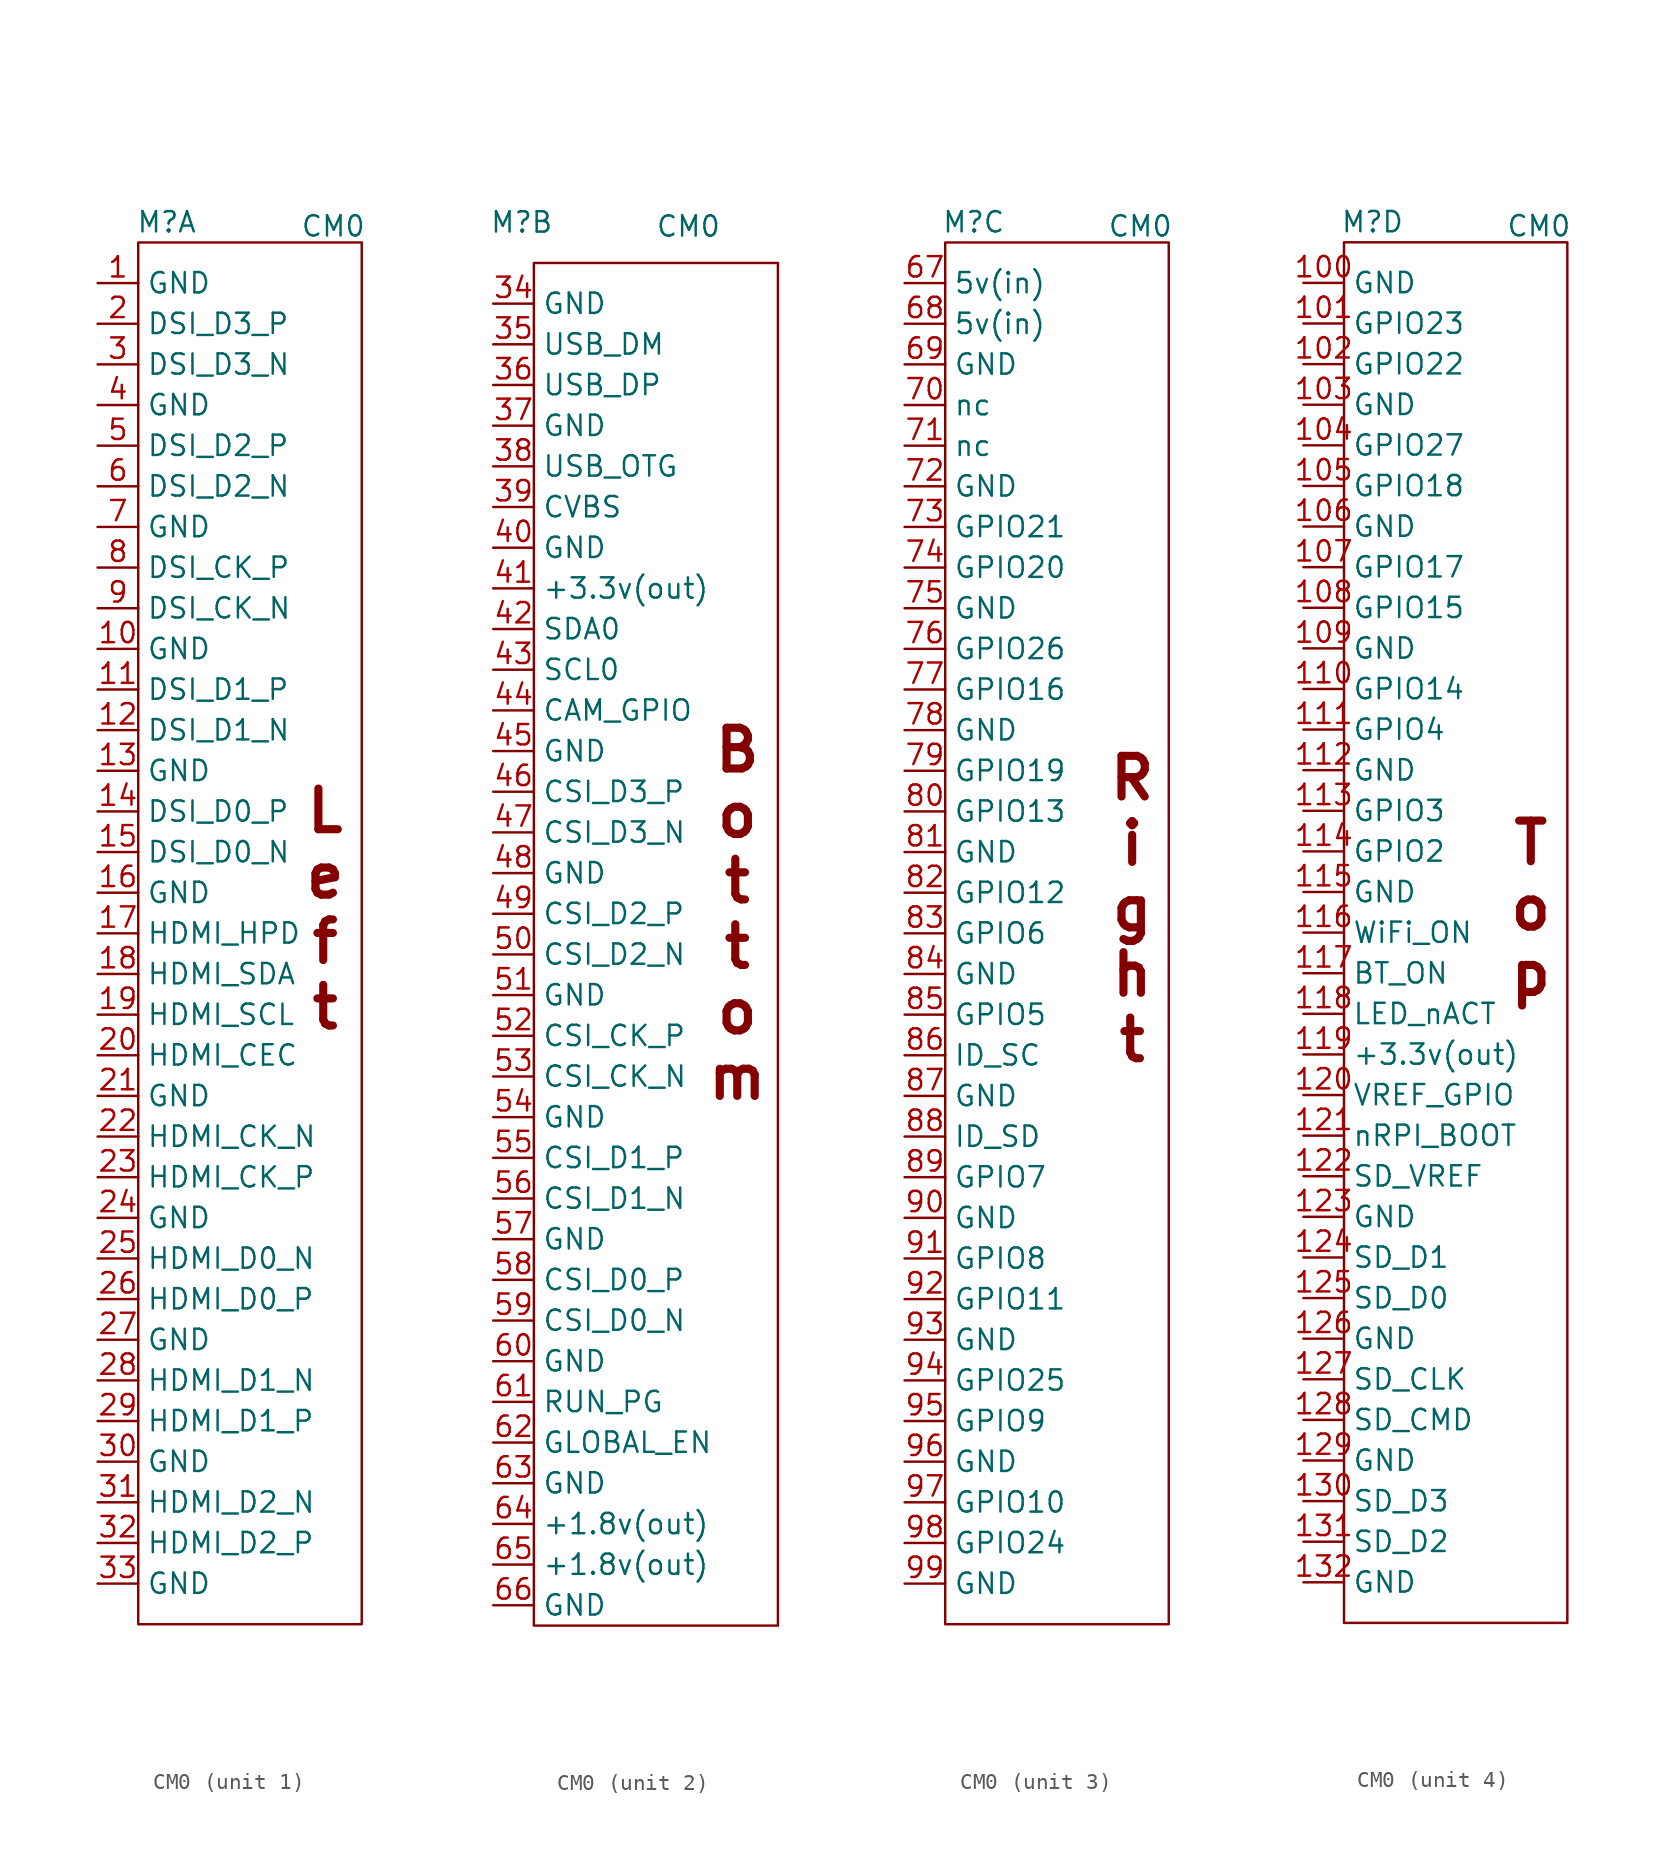
<source format=kicad_sym>
(kicad_symbol_lib
  (version 20241209)
  (generator "kicad_symbol_editor")
  (generator_version "9.0")
  (symbol "CM0"
    (property "Reference" "M"
      (at -7.112 43.18 0)
      (effects (font (size 1.27 1.27))))
    (property "Value" "CM0"
      (at 3.302 42.926 0)
      (effects (font (size 1.27 1.27))))
    (property "ki_locked" ""
      (at 0 0 0)
      (effects (font (size 1.27 1.27))))
    (symbol "CM0_1_0"
      (pin power_in line (at -11.43 -41.91 0) (length 2.54) (name "GND" (effects (font (size 1.27 1.27)))) (number "33" (effects (font (size 1.27 1.27))))))
    (symbol "CM0_1_1"
      (rectangle (start -8.89 41.91) (end 5.08 -44.45) (stroke (width 0) (type default)) (fill (type none)))
      (text "L\ne\nf\nt" (at 2.794 0.254 0) (effects (font (size 2.54 2.54) (thickness 0.508) (bold yes))))
      (pin power_in line (at -11.43 39.37 0) (length 2.54) (name "GND" (effects (font (size 1.27 1.27)))) (number "1" (effects (font (size 1.27 1.27)))))
      (pin output line (at -11.43 36.83 0) (length 2.54) (name "DSI_D3_P" (effects (font (size 1.27 1.27)))) (number "2" (effects (font (size 1.27 1.27)))))
      (pin output line (at -11.43 34.29 0) (length 2.54) (name "DSI_D3_N" (effects (font (size 1.27 1.27)))) (number "3" (effects (font (size 1.27 1.27)))))
      (pin power_in line (at -11.43 31.75 0) (length 2.54) (name "GND" (effects (font (size 1.27 1.27)))) (number "4" (effects (font (size 1.27 1.27)))))
      (pin output line (at -11.43 29.21 0) (length 2.54) (name "DSI_D2_P" (effects (font (size 1.27 1.27)))) (number "5" (effects (font (size 1.27 1.27)))))
      (pin output line (at -11.43 26.67 0) (length 2.54) (name "DSI_D2_N" (effects (font (size 1.27 1.27)))) (number "6" (effects (font (size 1.27 1.27)))))
      (pin power_in line (at -11.43 24.13 0) (length 2.54) (name "GND" (effects (font (size 1.27 1.27)))) (number "7" (effects (font (size 1.27 1.27)))))
      (pin output line (at -11.43 21.59 0) (length 2.54) (name "DSI_CK_P" (effects (font (size 1.27 1.27)))) (number "8" (effects (font (size 1.27 1.27)))))
      (pin output line (at -11.43 19.05 0) (length 2.54) (name "DSI_CK_N" (effects (font (size 1.27 1.27)))) (number "9" (effects (font (size 1.27 1.27)))))
      (pin power_in line (at -11.43 16.51 0) (length 2.54) (name "GND" (effects (font (size 1.27 1.27)))) (number "10" (effects (font (size 1.27 1.27)))))
      (pin output line (at -11.43 13.97 0) (length 2.54) (name "DSI_D1_P" (effects (font (size 1.27 1.27)))) (number "11" (effects (font (size 1.27 1.27)))))
      (pin output line (at -11.43 11.43 0) (length 2.54) (name "DSI_D1_N" (effects (font (size 1.27 1.27)))) (number "12" (effects (font (size 1.27 1.27)))))
      (pin power_in line (at -11.43 8.89 0) (length 2.54) (name "GND" (effects (font (size 1.27 1.27)))) (number "13" (effects (font (size 1.27 1.27)))))
      (pin output line (at -11.43 6.35 0) (length 2.54) (name "DSI_D0_P" (effects (font (size 1.27 1.27)))) (number "14" (effects (font (size 1.27 1.27)))))
      (pin output line (at -11.43 3.81 0) (length 2.54) (name "DSI_D0_N" (effects (font (size 1.27 1.27)))) (number "15" (effects (font (size 1.27 1.27)))))
      (pin power_in line (at -11.43 1.27 0) (length 2.54) (name "GND" (effects (font (size 1.27 1.27)))) (number "16" (effects (font (size 1.27 1.27)))))
      (pin input line (at -11.43 -1.27 0) (length 2.54) (name "HDMI_HPD" (effects (font (size 1.27 1.27)))) (number "17" (effects (font (size 1.27 1.27)))))
      (pin bidirectional line (at -11.43 -3.81 0) (length 2.54) (name "HDMI_SDA" (effects (font (size 1.27 1.27)))) (number "18" (effects (font (size 1.27 1.27)))))
      (pin bidirectional line (at -11.43 -6.35 0) (length 2.54) (name "HDMI_SCL" (effects (font (size 1.27 1.27)))) (number "19" (effects (font (size 1.27 1.27)))))
      (pin output line (at -11.43 -8.89 0) (length 2.54) (name "HDMI_CEC" (effects (font (size 1.27 1.27)))) (number "20" (effects (font (size 1.27 1.27)))))
      (pin power_in line (at -11.43 -11.43 0) (length 2.54) (name "GND" (effects (font (size 1.27 1.27)))) (number "21" (effects (font (size 1.27 1.27)))))
      (pin output line (at -11.43 -13.97 0) (length 2.54) (name "HDMI_CK_N" (effects (font (size 1.27 1.27)))) (number "22" (effects (font (size 1.27 1.27)))))
      (pin output line (at -11.43 -16.51 0) (length 2.54) (name "HDMI_CK_P" (effects (font (size 1.27 1.27)))) (number "23" (effects (font (size 1.27 1.27)))))
      (pin power_in line (at -11.43 -19.05 0) (length 2.54) (name "GND" (effects (font (size 1.27 1.27)))) (number "24" (effects (font (size 1.27 1.27)))))
      (pin output line (at -11.43 -21.59 0) (length 2.54) (name "HDMI_D0_N" (effects (font (size 1.27 1.27)))) (number "25" (effects (font (size 1.27 1.27)))))
      (pin output line (at -11.43 -24.13 0) (length 2.54) (name "HDMI_D0_P" (effects (font (size 1.27 1.27)))) (number "26" (effects (font (size 1.27 1.27)))))
      (pin power_in line (at -11.43 -26.67 0) (length 2.54) (name "GND" (effects (font (size 1.27 1.27)))) (number "27" (effects (font (size 1.27 1.27)))))
      (pin output line (at -11.43 -29.21 0) (length 2.54) (name "HDMI_D1_N" (effects (font (size 1.27 1.27)))) (number "28" (effects (font (size 1.27 1.27)))))
      (pin output line (at -11.43 -31.75 0) (length 2.54) (name "HDMI_D1_P" (effects (font (size 1.27 1.27)))) (number "29" (effects (font (size 1.27 1.27)))))
      (pin power_in line (at -11.43 -34.29 0) (length 2.54) (name "GND" (effects (font (size 1.27 1.27)))) (number "30" (effects (font (size 1.27 1.27)))))
      (pin output line (at -11.43 -36.83 0) (length 2.54) (name "HDMI_D2_N" (effects (font (size 1.27 1.27)))) (number "31" (effects (font (size 1.27 1.27)))))
      (pin output line (at -11.43 -39.37 0) (length 2.54) (name "HDMI_D2_P" (effects (font (size 1.27 1.27)))) (number "32" (effects (font (size 1.27 1.27))))))
    (symbol "CM0_2_0"
      (pin power_in line (at -8.89 38.1 0) (length 2.54) (name "GND" (effects (font (size 1.27 1.27)))) (number "34" (effects (font (size 1.27 1.27)))))
      (pin bidirectional line (at -8.89 35.56 0) (length 2.54) (name "USB_DM" (effects (font (size 1.27 1.27)))) (number "35" (effects (font (size 1.27 1.27)))))
      (pin bidirectional line (at -8.89 33.02 0) (length 2.54) (name "USB_DP" (effects (font (size 1.27 1.27)))) (number "36" (effects (font (size 1.27 1.27)))))
      (pin power_in line (at -8.89 30.48 0) (length 2.54) (name "GND" (effects (font (size 1.27 1.27)))) (number "37" (effects (font (size 1.27 1.27)))))
      (pin input line (at -8.89 27.94 0) (length 2.54) (name "USB_OTG" (effects (font (size 1.27 1.27)))) (number "38" (effects (font (size 1.27 1.27)))))
      (pin output line (at -8.89 25.4 0) (length 2.54) (name "CVBS" (effects (font (size 1.27 1.27)))) (number "39" (effects (font (size 1.27 1.27)))))
      (pin power_in line (at -8.89 22.86 0) (length 2.54) (name "GND" (effects (font (size 1.27 1.27)))) (number "40" (effects (font (size 1.27 1.27)))))
      (pin power_out line (at -8.89 20.32 0) (length 2.54) (name "+3.3v(out)" (effects (font (size 1.27 1.27)))) (number "41" (effects (font (size 1.27 1.27)))))
      (pin bidirectional line (at -8.89 17.78 0) (length 2.54) (name "SDA0" (effects (font (size 1.27 1.27)))) (number "42" (effects (font (size 1.27 1.27)))))
      (pin bidirectional line (at -8.89 15.24 0) (length 2.54) (name "SCL0" (effects (font (size 1.27 1.27)))) (number "43" (effects (font (size 1.27 1.27)))))
      (pin bidirectional line (at -8.89 12.7 0) (length 2.54) (name "CAM_GPIO" (effects (font (size 1.27 1.27)))) (number "44" (effects (font (size 1.27 1.27)))))
      (pin power_in line (at -8.89 10.16 0) (length 2.54) (name "GND" (effects (font (size 1.27 1.27)))) (number "45" (effects (font (size 1.27 1.27)))))
      (pin output line (at -8.89 7.62 0) (length 2.54) (name "CSI_D3_P" (effects (font (size 1.27 1.27)))) (number "46" (effects (font (size 1.27 1.27)))))
      (pin output line (at -8.89 5.08 0) (length 2.54) (name "CSI_D3_N" (effects (font (size 1.27 1.27)))) (number "47" (effects (font (size 1.27 1.27)))))
      (pin power_in line (at -8.89 2.54 0) (length 2.54) (name "GND" (effects (font (size 1.27 1.27)))) (number "48" (effects (font (size 1.27 1.27)))))
      (pin output line (at -8.89 0 0) (length 2.54) (name "CSI_D2_P" (effects (font (size 1.27 1.27)))) (number "49" (effects (font (size 1.27 1.27)))))
      (pin output line (at -8.89 -2.54 0) (length 2.54) (name "CSI_D2_N" (effects (font (size 1.27 1.27)))) (number "50" (effects (font (size 1.27 1.27)))))
      (pin power_in line (at -8.89 -5.08 0) (length 2.54) (name "GND" (effects (font (size 1.27 1.27)))) (number "51" (effects (font (size 1.27 1.27)))))
      (pin output line (at -8.89 -7.62 0) (length 2.54) (name "CSI_CK_P" (effects (font (size 1.27 1.27)))) (number "52" (effects (font (size 1.27 1.27)))))
      (pin output line (at -8.89 -10.16 0) (length 2.54) (name "CSI_CK_N" (effects (font (size 1.27 1.27)))) (number "53" (effects (font (size 1.27 1.27)))))
      (pin power_in line (at -8.89 -12.7 0) (length 2.54) (name "GND" (effects (font (size 1.27 1.27)))) (number "54" (effects (font (size 1.27 1.27)))))
      (pin output line (at -8.89 -15.24 0) (length 2.54) (name "CSI_D1_P" (effects (font (size 1.27 1.27)))) (number "55" (effects (font (size 1.27 1.27)))))
      (pin output line (at -8.89 -17.78 0) (length 2.54) (name "CSI_D1_N" (effects (font (size 1.27 1.27)))) (number "56" (effects (font (size 1.27 1.27)))))
      (pin power_in line (at -8.89 -20.32 0) (length 2.54) (name "GND" (effects (font (size 1.27 1.27)))) (number "57" (effects (font (size 1.27 1.27)))))
      (pin output line (at -8.89 -22.86 0) (length 2.54) (name "CSI_D0_P" (effects (font (size 1.27 1.27)))) (number "58" (effects (font (size 1.27 1.27)))))
      (pin output line (at -8.89 -25.4 0) (length 2.54) (name "CSI_D0_N" (effects (font (size 1.27 1.27)))) (number "59" (effects (font (size 1.27 1.27)))))
      (pin power_in line (at -8.89 -27.94 0) (length 2.54) (name "GND" (effects (font (size 1.27 1.27)))) (number "60" (effects (font (size 1.27 1.27)))))
      (pin bidirectional line (at -8.89 -30.48 0) (length 2.54) (name "RUN_PG" (effects (font (size 1.27 1.27)))) (number "61" (effects (font (size 1.27 1.27)))))
      (pin passive line (at -8.89 -33.02 0) (length 2.54) (name "GLOBAL_EN" (effects (font (size 1.27 1.27)))) (number "62" (effects (font (size 1.27 1.27)))))
      (pin power_in line (at -8.89 -35.56 0) (length 2.54) (name "GND" (effects (font (size 1.27 1.27)))) (number "63" (effects (font (size 1.27 1.27)))))
      (pin power_out line (at -8.89 -38.1 0) (length 2.54) (name "+1.8v(out)" (effects (font (size 1.27 1.27)))) (number "64" (effects (font (size 1.27 1.27)))))
      (pin power_out line (at -8.89 -40.64 0) (length 2.54) (name "+1.8v(out)" (effects (font (size 1.27 1.27)))) (number "65" (effects (font (size 1.27 1.27)))))
      (pin power_in line (at -8.89 -43.18 0) (length 2.54) (name "GND" (effects (font (size 1.27 1.27)))) (number "66" (effects (font (size 1.27 1.27))))))
    (symbol "CM0_2_1"
      (rectangle (start -6.35 40.64) (end 8.89 -44.45) (stroke (width 0) (type default)) (fill (type none)))
      (text "B\no\nt\nt\no\nm" (at 6.35 0 0) (effects (font (size 2.54 2.54) (thickness 0.508) (bold yes)))))
    (symbol "CM0_3_0"
      (pin power_in line (at -11.43 -41.91 0) (length 2.54) (name "GND" (effects (font (size 1.27 1.27)))) (number "99" (effects (font (size 1.27 1.27))))))
    (symbol "CM0_3_1"
      (rectangle (start -8.89 41.91) (end 5.08 -44.45) (stroke (width 0) (type default)) (fill (type none)))
      (text "R\ni\ng\nh\nt\n" (at 2.794 0.254 0) (effects (font (size 2.54 2.54) (thickness 0.508) (bold yes))))
      (pin power_in line (at -11.43 39.37 0) (length 2.54) (name "5v(in)" (effects (font (size 1.27 1.27)))) (number "67" (effects (font (size 1.27 1.27)))))
      (pin power_in line (at -11.43 36.83 0) (length 2.54) (name "5v(in)" (effects (font (size 1.27 1.27)))) (number "68" (effects (font (size 1.27 1.27)))))
      (pin power_in line (at -11.43 34.29 0) (length 2.54) (name "GND" (effects (font (size 1.27 1.27)))) (number "69" (effects (font (size 1.27 1.27)))))
      (pin power_out line (at -11.43 31.75 0) (length 2.54) (name "nc" (effects (font (size 1.27 1.27)))) (number "70" (effects (font (size 1.27 1.27)))))
      (pin power_out line (at -11.43 29.21 0) (length 2.54) (name "nc" (effects (font (size 1.27 1.27)))) (number "71" (effects (font (size 1.27 1.27)))))
      (pin power_in line (at -11.43 26.67 0) (length 2.54) (name "GND" (effects (font (size 1.27 1.27)))) (number "72" (effects (font (size 1.27 1.27)))))
      (pin bidirectional line (at -11.43 24.13 0) (length 2.54) (name "GPIO21" (effects (font (size 1.27 1.27)))) (number "73" (effects (font (size 1.27 1.27)))))
      (pin bidirectional line (at -11.43 21.59 0) (length 2.54) (name "GPIO20" (effects (font (size 1.27 1.27)))) (number "74" (effects (font (size 1.27 1.27)))))
      (pin power_in line (at -11.43 19.05 0) (length 2.54) (name "GND" (effects (font (size 1.27 1.27)))) (number "75" (effects (font (size 1.27 1.27)))))
      (pin bidirectional line (at -11.43 16.51 0) (length 2.54) (name "GPIO26" (effects (font (size 1.27 1.27)))) (number "76" (effects (font (size 1.27 1.27)))))
      (pin bidirectional line (at -11.43 13.97 0) (length 2.54) (name "GPIO16" (effects (font (size 1.27 1.27)))) (number "77" (effects (font (size 1.27 1.27)))))
      (pin power_in line (at -11.43 11.43 0) (length 2.54) (name "GND" (effects (font (size 1.27 1.27)))) (number "78" (effects (font (size 1.27 1.27)))))
      (pin bidirectional line (at -11.43 8.89 0) (length 2.54) (name "GPIO19" (effects (font (size 1.27 1.27)))) (number "79" (effects (font (size 1.27 1.27)))))
      (pin bidirectional line (at -11.43 6.35 0) (length 2.54) (name "GPIO13" (effects (font (size 1.27 1.27)))) (number "80" (effects (font (size 1.27 1.27)))))
      (pin power_in line (at -11.43 3.81 0) (length 2.54) (name "GND" (effects (font (size 1.27 1.27)))) (number "81" (effects (font (size 1.27 1.27)))))
      (pin bidirectional line (at -11.43 1.27 0) (length 2.54) (name "GPIO12" (effects (font (size 1.27 1.27)))) (number "82" (effects (font (size 1.27 1.27)))))
      (pin bidirectional line (at -11.43 -1.27 0) (length 2.54) (name "GPIO6" (effects (font (size 1.27 1.27)))) (number "83" (effects (font (size 1.27 1.27)))))
      (pin power_in line (at -11.43 -3.81 0) (length 2.54) (name "GND" (effects (font (size 1.27 1.27)))) (number "84" (effects (font (size 1.27 1.27)))))
      (pin bidirectional line (at -11.43 -6.35 0) (length 2.54) (name "GPIO5" (effects (font (size 1.27 1.27)))) (number "85" (effects (font (size 1.27 1.27)))))
      (pin bidirectional line (at -11.43 -8.89 0) (length 2.54) (name "ID_SC" (effects (font (size 1.27 1.27)))) (number "86" (effects (font (size 1.27 1.27)))))
      (pin power_in line (at -11.43 -11.43 0) (length 2.54) (name "GND" (effects (font (size 1.27 1.27)))) (number "87" (effects (font (size 1.27 1.27)))))
      (pin bidirectional line (at -11.43 -13.97 0) (length 2.54) (name "ID_SD" (effects (font (size 1.27 1.27)))) (number "88" (effects (font (size 1.27 1.27)))))
      (pin bidirectional line (at -11.43 -16.51 0) (length 2.54) (name "GPIO7" (effects (font (size 1.27 1.27)))) (number "89" (effects (font (size 1.27 1.27)))))
      (pin power_in line (at -11.43 -19.05 0) (length 2.54) (name "GND" (effects (font (size 1.27 1.27)))) (number "90" (effects (font (size 1.27 1.27)))))
      (pin bidirectional line (at -11.43 -21.59 0) (length 2.54) (name "GPIO8" (effects (font (size 1.27 1.27)))) (number "91" (effects (font (size 1.27 1.27)))))
      (pin bidirectional line (at -11.43 -24.13 0) (length 2.54) (name "GPIO11" (effects (font (size 1.27 1.27)))) (number "92" (effects (font (size 1.27 1.27)))))
      (pin power_in line (at -11.43 -26.67 0) (length 2.54) (name "GND" (effects (font (size 1.27 1.27)))) (number "93" (effects (font (size 1.27 1.27)))))
      (pin bidirectional line (at -11.43 -29.21 0) (length 2.54) (name "GPIO25" (effects (font (size 1.27 1.27)))) (number "94" (effects (font (size 1.27 1.27)))))
      (pin bidirectional line (at -11.43 -31.75 0) (length 2.54) (name "GPIO9" (effects (font (size 1.27 1.27)))) (number "95" (effects (font (size 1.27 1.27)))))
      (pin power_in line (at -11.43 -34.29 0) (length 2.54) (name "GND" (effects (font (size 1.27 1.27)))) (number "96" (effects (font (size 1.27 1.27)))))
      (pin bidirectional line (at -11.43 -36.83 0) (length 2.54) (name "GPIO10" (effects (font (size 1.27 1.27)))) (number "97" (effects (font (size 1.27 1.27)))))
      (pin bidirectional line (at -11.43 -39.37 0) (length 2.54) (name "GPIO24" (effects (font (size 1.27 1.27)))) (number "98" (effects (font (size 1.27 1.27))))))
    (symbol "CM0_4_0"
      (pin power_in line (at -11.43 -41.91 0) (length 2.54) (name "GND" (effects (font (size 1.27 1.27)))) (number "132" (effects (font (size 1.27 1.27))))))
    (symbol "CM0_4_1"
      (rectangle (start -8.89 41.91) (end 5.08 -44.45) (stroke (width 0) (type default)) (fill (type none)))
      (text "T\no\np\n" (at 2.794 0.254 0) (effects (font (size 2.54 2.54) (thickness 0.508) (bold yes))))
      (pin power_in line (at -11.43 39.37 0) (length 2.54) (name "GND" (effects (font (size 1.27 1.27)))) (number "100" (effects (font (size 1.27 1.27)))))
      (pin bidirectional line (at -11.43 36.83 0) (length 2.54) (name "GPIO23" (effects (font (size 1.27 1.27)))) (number "101" (effects (font (size 1.27 1.27)))))
      (pin bidirectional line (at -11.43 34.29 0) (length 2.54) (name "GPIO22" (effects (font (size 1.27 1.27)))) (number "102" (effects (font (size 1.27 1.27)))))
      (pin power_in line (at -11.43 31.75 0) (length 2.54) (name "GND" (effects (font (size 1.27 1.27)))) (number "103" (effects (font (size 1.27 1.27)))))
      (pin bidirectional line (at -11.43 29.21 0) (length 2.54) (name "GPIO27" (effects (font (size 1.27 1.27)))) (number "104" (effects (font (size 1.27 1.27)))))
      (pin bidirectional line (at -11.43 26.67 0) (length 2.54) (name "GPIO18" (effects (font (size 1.27 1.27)))) (number "105" (effects (font (size 1.27 1.27)))))
      (pin power_in line (at -11.43 24.13 0) (length 2.54) (name "GND" (effects (font (size 1.27 1.27)))) (number "106" (effects (font (size 1.27 1.27)))))
      (pin bidirectional line (at -11.43 21.59 0) (length 2.54) (name "GPIO17" (effects (font (size 1.27 1.27)))) (number "107" (effects (font (size 1.27 1.27)))))
      (pin bidirectional line (at -11.43 19.05 0) (length 2.54) (name "GPIO15" (effects (font (size 1.27 1.27)))) (number "108" (effects (font (size 1.27 1.27)))))
      (pin power_in line (at -11.43 16.51 0) (length 2.54) (name "GND" (effects (font (size 1.27 1.27)))) (number "109" (effects (font (size 1.27 1.27)))))
      (pin bidirectional line (at -11.43 13.97 0) (length 2.54) (name "GPIO14" (effects (font (size 1.27 1.27)))) (number "110" (effects (font (size 1.27 1.27)))))
      (pin bidirectional line (at -11.43 11.43 0) (length 2.54) (name "GPIO4" (effects (font (size 1.27 1.27)))) (number "111" (effects (font (size 1.27 1.27)))))
      (pin power_in line (at -11.43 8.89 0) (length 2.54) (name "GND" (effects (font (size 1.27 1.27)))) (number "112" (effects (font (size 1.27 1.27)))))
      (pin bidirectional line (at -11.43 6.35 0) (length 2.54) (name "GPIO3" (effects (font (size 1.27 1.27)))) (number "113" (effects (font (size 1.27 1.27)))))
      (pin bidirectional line (at -11.43 3.81 0) (length 2.54) (name "GPIO2" (effects (font (size 1.27 1.27)))) (number "114" (effects (font (size 1.27 1.27)))))
      (pin power_in line (at -11.43 1.27 0) (length 2.54) (name "GND" (effects (font (size 1.27 1.27)))) (number "115" (effects (font (size 1.27 1.27)))))
      (pin bidirectional line (at -11.43 -1.27 0) (length 2.54) (name "WiFi_ON" (effects (font (size 1.27 1.27)))) (number "116" (effects (font (size 1.27 1.27)))))
      (pin bidirectional line (at -11.43 -3.81 0) (length 2.54) (name "BT_ON" (effects (font (size 1.27 1.27)))) (number "117" (effects (font (size 1.27 1.27)))))
      (pin output line (at -11.43 -6.35 0) (length 2.54) (name "LED_nACT" (effects (font (size 1.27 1.27)))) (number "118" (effects (font (size 1.27 1.27)))))
      (pin power_out line (at -11.43 -8.89 0) (length 2.54) (name "+3.3v(out)" (effects (font (size 1.27 1.27)))) (number "119" (effects (font (size 1.27 1.27)))))
      (pin power_in line (at -11.43 -11.43 0) (length 2.54) (name "VREF_GPIO" (effects (font (size 1.27 1.27)))) (number "120" (effects (font (size 1.27 1.27)))))
      (pin input line (at -11.43 -13.97 0) (length 2.54) (name "nRPI_BOOT" (effects (font (size 1.27 1.27)))) (number "121" (effects (font (size 1.27 1.27)))))
      (pin power_in line (at -11.43 -16.51 0) (length 2.54) (name "SD_VREF" (effects (font (size 1.27 1.27)))) (number "122" (effects (font (size 1.27 1.27)))))
      (pin power_in line (at -11.43 -19.05 0) (length 2.54) (name "GND" (effects (font (size 1.27 1.27)))) (number "123" (effects (font (size 1.27 1.27)))))
      (pin bidirectional line (at -11.43 -21.59 0) (length 2.54) (name "SD_D1" (effects (font (size 1.27 1.27)))) (number "124" (effects (font (size 1.27 1.27)))))
      (pin bidirectional line (at -11.43 -24.13 0) (length 2.54) (name "SD_D0" (effects (font (size 1.27 1.27)))) (number "125" (effects (font (size 1.27 1.27)))))
      (pin power_in line (at -11.43 -26.67 0) (length 2.54) (name "GND" (effects (font (size 1.27 1.27)))) (number "126" (effects (font (size 1.27 1.27)))))
      (pin bidirectional line (at -11.43 -29.21 0) (length 2.54) (name "SD_CLK" (effects (font (size 1.27 1.27)))) (number "127" (effects (font (size 1.27 1.27)))))
      (pin bidirectional line (at -11.43 -31.75 0) (length 2.54) (name "SD_CMD" (effects (font (size 1.27 1.27)))) (number "128" (effects (font (size 1.27 1.27)))))
      (pin power_in line (at -11.43 -34.29 0) (length 2.54) (name "GND" (effects (font (size 1.27 1.27)))) (number "129" (effects (font (size 1.27 1.27)))))
      (pin bidirectional line (at -11.43 -36.83 0) (length 2.54) (name "SD_D3" (effects (font (size 1.27 1.27)))) (number "130" (effects (font (size 1.27 1.27)))))
      (pin bidirectional line (at -11.43 -39.37 0) (length 2.54) (name "SD_D2" (effects (font (size 1.27 1.27)))) (number "131" (effects (font (size 1.27 1.27))))))))
</source>
